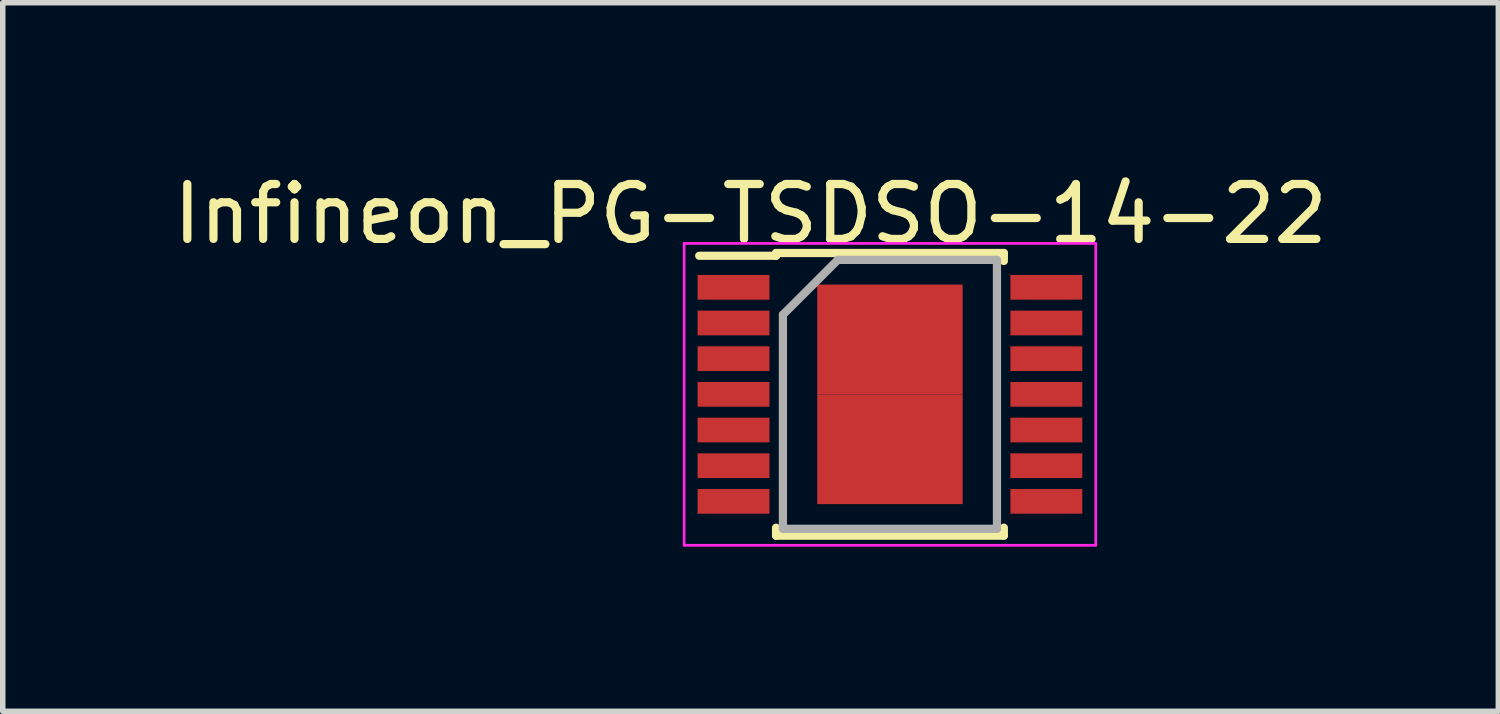
<source format=kicad_pcb>
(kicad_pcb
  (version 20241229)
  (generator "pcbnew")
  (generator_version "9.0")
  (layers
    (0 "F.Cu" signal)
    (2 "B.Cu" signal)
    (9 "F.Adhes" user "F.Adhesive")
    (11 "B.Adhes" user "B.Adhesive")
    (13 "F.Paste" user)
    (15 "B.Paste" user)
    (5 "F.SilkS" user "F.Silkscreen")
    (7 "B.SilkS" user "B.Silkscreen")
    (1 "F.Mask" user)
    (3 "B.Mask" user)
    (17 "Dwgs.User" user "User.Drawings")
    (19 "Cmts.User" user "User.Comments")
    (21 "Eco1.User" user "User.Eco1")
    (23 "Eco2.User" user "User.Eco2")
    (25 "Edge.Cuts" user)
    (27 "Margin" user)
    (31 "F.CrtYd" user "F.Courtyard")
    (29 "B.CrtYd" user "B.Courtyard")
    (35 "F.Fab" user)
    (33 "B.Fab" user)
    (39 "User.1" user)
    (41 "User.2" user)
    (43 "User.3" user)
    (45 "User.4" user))
  (footprint "Infineon_PG-TSDSO-14-22"
    (layer "F.Cu")
    (at 13.165 4.135)
    (property "Reference" "Infineon_PG-TSDSO-14-22" (at -2.54 -3.287 0) (layer "F.SilkS") (effects (font (size 1 1) (thickness 0.15))))
    (attr smd)
    (fp_line (start -2.075 -2.575) (end -2.075 -2.525) (stroke (width 0.15) (type solid)) (layer "F.SilkS"))
    (fp_line (start -2.075 -2.575) (end 2.075 -2.575) (stroke (width 0.15) (type solid)) (layer "F.SilkS"))
    (fp_line (start -2.075 -2.525) (end -3.475 -2.525) (stroke (width 0.15) (type solid)) (layer "F.SilkS"))
    (fp_line (start -2.075 2.575) (end -2.075 2.43) (stroke (width 0.15) (type solid)) (layer "F.SilkS"))
    (fp_line (start -2.075 2.575) (end 2.075 2.575) (stroke (width 0.15) (type solid)) (layer "F.SilkS"))
    (fp_line (start 2.075 -2.575) (end 2.075 -2.43) (stroke (width 0.15) (type solid)) (layer "F.SilkS"))
    (fp_line (start 2.075 2.575) (end 2.075 2.43) (stroke (width 0.15) (type solid)) (layer "F.SilkS"))
    (fp_line (start -3.75 -2.75) (end -3.75 2.75) (stroke (width 0.05) (type solid)) (layer "F.CrtYd"))
    (fp_line (start -3.75 -2.75) (end 3.75 -2.75) (stroke (width 0.05) (type solid)) (layer "F.CrtYd"))
    (fp_line (start -3.75 2.75) (end 3.75 2.75) (stroke (width 0.05) (type solid)) (layer "F.CrtYd"))
    (fp_line (start 3.75 -2.75) (end 3.75 2.75) (stroke (width 0.05) (type solid)) (layer "F.CrtYd"))
    (fp_line (start -1.95 -1.45) (end -0.95 -2.45) (stroke (width 0.15) (type solid)) (layer "F.Fab"))
    (fp_line (start -1.95 2.45) (end -1.95 -1.45) (stroke (width 0.15) (type solid)) (layer "F.Fab"))
    (fp_line (start -0.95 -2.45) (end 1.95 -2.45) (stroke (width 0.15) (type solid)) (layer "F.Fab"))
    (fp_line (start 1.95 -2.45) (end 1.95 2.45) (stroke (width 0.15) (type solid)) (layer "F.Fab"))
    (fp_line (start 1.95 2.45) (end -1.95 2.45) (stroke (width 0.15) (type solid)) (layer "F.Fab"))
    (pad "1" smd rect (at -2.85 -1.95) (size 1.31 0.45) (layers "F.Cu" "F.Mask" "F.Paste"))
    (pad "2" smd rect (at -2.85 -1.3) (size 1.31 0.45) (layers "F.Cu" "F.Mask" "F.Paste"))
    (pad "3" smd rect (at -2.85 -0.65) (size 1.31 0.45) (layers "F.Cu" "F.Mask" "F.Paste"))
    (pad "4" smd rect (at -2.85 0) (size 1.31 0.45) (layers "F.Cu" "F.Mask" "F.Paste"))
    (pad "5" smd rect (at -2.85 0.65) (size 1.31 0.45) (layers "F.Cu" "F.Mask" "F.Paste"))
    (pad "6" smd rect (at -2.85 1.3) (size 1.31 0.45) (layers "F.Cu" "F.Mask" "F.Paste"))
    (pad "7" smd rect (at -2.85 1.95) (size 1.31 0.45) (layers "F.Cu" "F.Mask" "F.Paste"))
    (pad "8" smd rect (at 2.85 1.95) (size 1.31 0.45) (layers "F.Cu" "F.Mask" "F.Paste"))
    (pad "9" smd rect (at 2.85 1.3) (size 1.31 0.45) (layers "F.Cu" "F.Mask" "F.Paste"))
    (pad "10" smd rect (at 2.85 0.65) (size 1.31 0.45) (layers "F.Cu" "F.Mask" "F.Paste"))
    (pad "11" smd rect (at 2.85 0) (size 1.31 0.45) (layers "F.Cu" "F.Mask" "F.Paste"))
    (pad "12" smd rect (at 2.85 -0.65) (size 1.31 0.45) (layers "F.Cu" "F.Mask" "F.Paste"))
    (pad "13" smd rect (at 2.85 -1.3) (size 1.31 0.45) (layers "F.Cu" "F.Mask" "F.Paste"))
    (pad "14" smd rect (at 2.85 -1.95) (size 1.31 0.45) (layers "F.Cu" "F.Mask" "F.Paste"))
    (pad "15" smd rect (at 0 -1) (size 2.65 2) (layers "F.Cu" "F.Mask" "F.Paste"))
    (pad "15" smd rect (at 0 1) (size 2.65 2) (layers "F.Cu" "F.Mask" "F.Paste")))
  (gr_rect
    (start -3 -3)
    (end 24.25 9.91)
    (stroke (width 0.1) (type default))
    (fill no)
    (layer "Edge.Cuts")))
</source>
